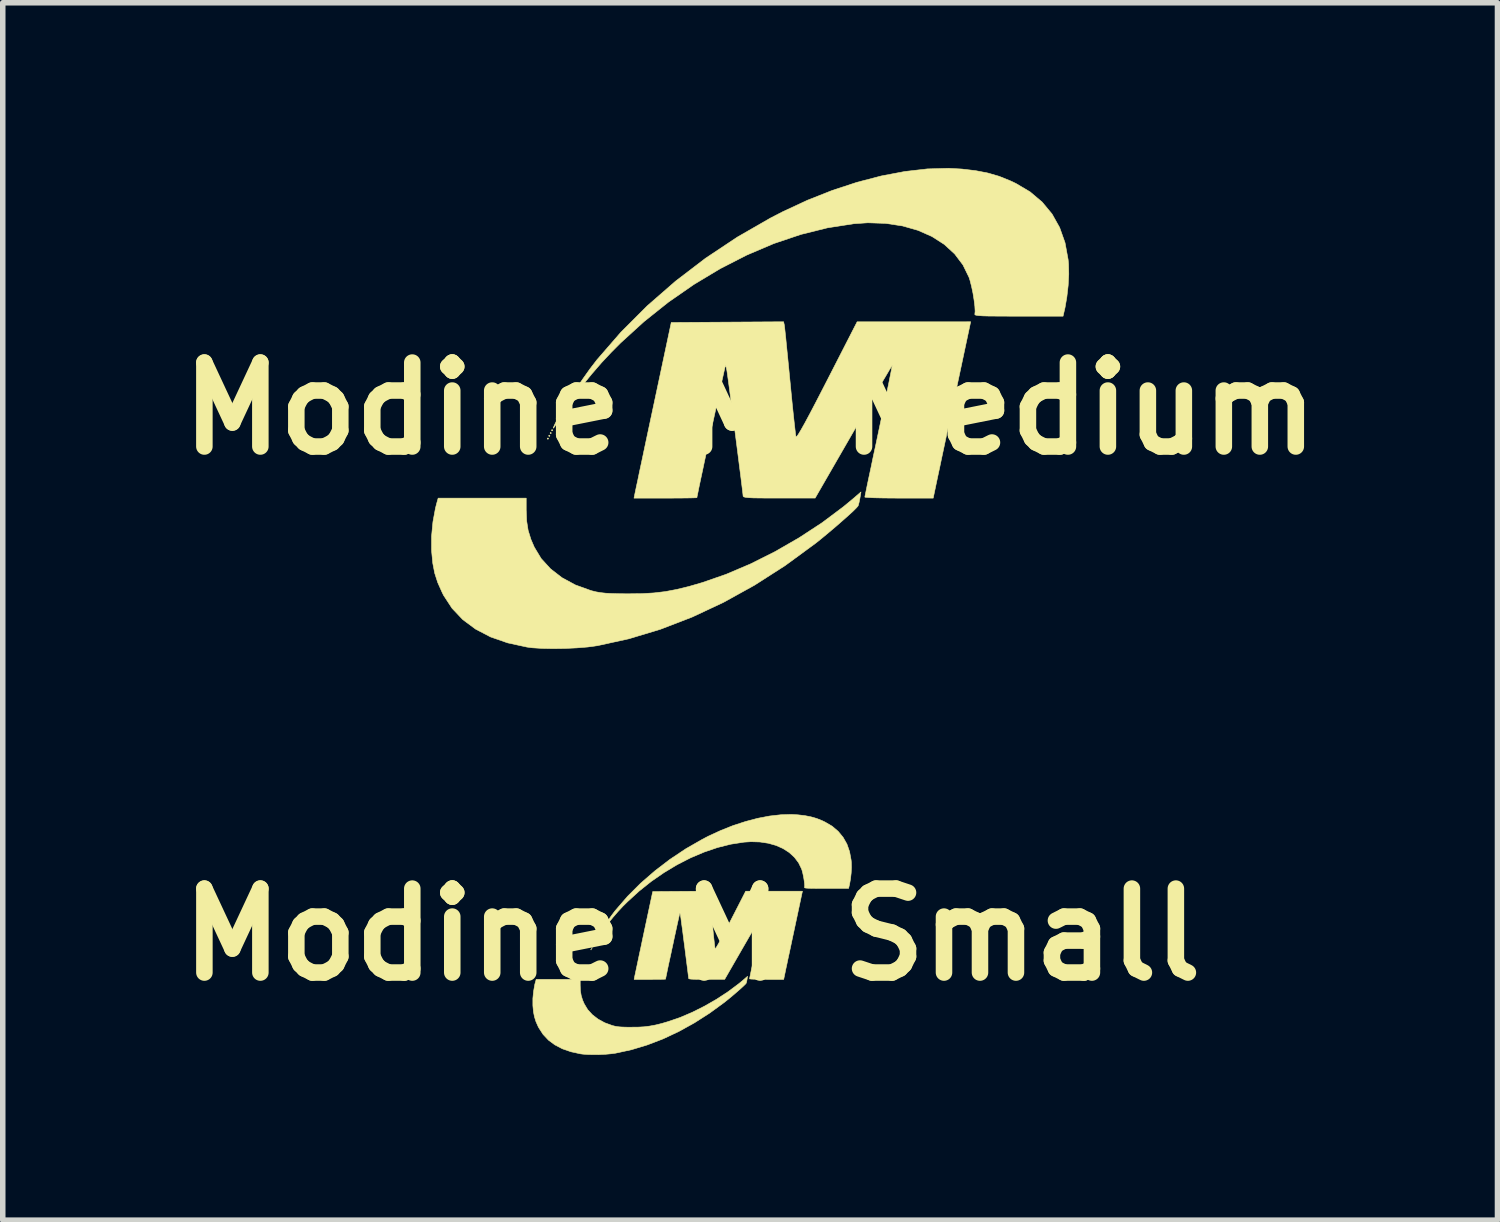
<source format=kicad_pcb>
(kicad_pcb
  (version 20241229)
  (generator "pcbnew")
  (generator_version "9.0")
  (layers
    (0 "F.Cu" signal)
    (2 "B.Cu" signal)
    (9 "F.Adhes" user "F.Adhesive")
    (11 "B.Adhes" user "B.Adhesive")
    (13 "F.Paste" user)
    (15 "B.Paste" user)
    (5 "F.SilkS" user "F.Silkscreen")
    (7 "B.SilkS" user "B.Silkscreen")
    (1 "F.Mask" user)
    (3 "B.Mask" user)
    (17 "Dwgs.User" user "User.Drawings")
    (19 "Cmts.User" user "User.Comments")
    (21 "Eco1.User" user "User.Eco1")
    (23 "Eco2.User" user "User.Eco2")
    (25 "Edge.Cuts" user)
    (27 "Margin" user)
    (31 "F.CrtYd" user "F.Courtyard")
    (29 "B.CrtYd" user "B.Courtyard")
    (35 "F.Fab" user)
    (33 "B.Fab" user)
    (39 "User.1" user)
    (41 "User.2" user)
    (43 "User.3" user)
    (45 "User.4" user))
  (footprint "Modine M Small"
    (layer "F.Cu")
    (at 9.514 13.915)
    (property "Reference" "Modine M Small" (at 0 0 0) (layer "F.SilkS") (effects (font (size 1.524 1.524) (thickness 0.3))))
    (attr through_hole)
    (fp_poly (pts (xy -1.829 0.273) (xy -1.835 0.279) (xy -1.841 0.273) (xy -1.835 0.267) (xy -1.829 0.273)) (stroke (width 0.01) (type solid)) (fill yes) (layer "F.SilkS"))
    (fp_poly (pts (xy -1.816 0.248) (xy -1.822 0.254) (xy -1.829 0.248) (xy -1.822 0.241) (xy -1.816 0.248)) (stroke (width 0.01) (type solid)) (fill yes) (layer "F.SilkS"))
    (fp_poly (pts (xy -1.803 0.222) (xy -1.81 0.229) (xy -1.816 0.222) (xy -1.81 0.216) (xy -1.803 0.222)) (stroke (width 0.01) (type solid)) (fill yes) (layer "F.SilkS"))
    (fp_poly (pts (xy -1.791 0.197) (xy -1.797 0.203) (xy -1.803 0.197) (xy -1.797 0.191) (xy -1.791 0.197)) (stroke (width 0.01) (type solid)) (fill yes) (layer "F.SilkS"))
    (fp_poly (pts (xy 0.997 0.813) (xy 0.99 0.851) (xy 0.982 0.879) (xy 0.98 0.885) (xy 0.965 0.902) (xy 0.934 0.932) (xy 0.891 0.972) (xy 0.838 1.019) (xy 0.779 1.07) (xy 0.717 1.123) (xy 0.656 1.173) (xy 0.6 1.218) (xy 0.588 1.228) (xy 0.317 1.426) (xy 0.04 1.603) (xy -0.242 1.759) (xy -0.527 1.893) (xy -0.814 2.003) (xy -1.101 2.09) (xy -1.387 2.152) (xy -1.391 2.153) (xy -1.475 2.164) (xy -1.574 2.173) (xy -1.68 2.178) (xy -1.788 2.179) (xy -1.889 2.177) (xy -1.977 2.171) (xy -2.026 2.165) (xy -2.2 2.127) (xy -2.356 2.073) (xy -2.492 2.002) (xy -2.608 1.916) (xy -2.705 1.813) (xy -2.782 1.694) (xy -2.795 1.67) (xy -2.835 1.58) (xy -2.862 1.494) (xy -2.88 1.404) (xy -2.89 1.299) (xy -2.891 1.283) (xy -2.891 1.159) (xy -2.878 1.029) (xy -2.856 0.904) (xy -2.844 0.86) (xy -2.831 0.813) (xy -2.032 0.813) (xy -2.032 0.92) (xy -2.028 1.02) (xy -2.014 1.106) (xy -1.989 1.188) (xy -1.959 1.257) (xy -1.896 1.362) (xy -1.811 1.455) (xy -1.707 1.535) (xy -1.586 1.601) (xy -1.449 1.651) (xy -1.437 1.654) (xy -1.397 1.664) (xy -1.356 1.671) (xy -1.311 1.676) (xy -1.254 1.679) (xy -1.182 1.681) (xy -1.105 1.681) (xy -0.982 1.68) (xy -0.872 1.674) (xy -0.77 1.661) (xy -0.667 1.642) (xy -0.556 1.615) (xy -0.434 1.579) (xy -0.218 1.505) (xy 0.004 1.41) (xy 0.227 1.298) (xy 0.445 1.173) (xy 0.654 1.036) (xy 0.848 0.891) (xy 0.932 0.821) (xy 1.006 0.757) (xy 0.997 0.813)) (stroke (width 0.01) (type solid)) (fill yes) (layer "F.SilkS"))
    (fp_poly (pts (xy 1.92 -2.174) (xy 2.048 -2.159) (xy 2.159 -2.137) (xy 2.26 -2.108) (xy 2.36 -2.068) (xy 2.412 -2.043) (xy 2.542 -1.967) (xy 2.651 -1.874) (xy 2.74 -1.766) (xy 2.81 -1.643) (xy 2.858 -1.505) (xy 2.886 -1.353) (xy 2.89 -1.31) (xy 2.892 -1.221) (xy 2.887 -1.118) (xy 2.875 -1.012) (xy 2.858 -0.914) (xy 2.855 -0.901) (xy 2.84 -0.838) (xy 2.437 -0.838) (xy 2.323 -0.838) (xy 2.233 -0.839) (xy 2.163 -0.84) (xy 2.112 -0.841) (xy 2.076 -0.843) (xy 2.054 -0.846) (xy 2.042 -0.85) (xy 2.039 -0.855) (xy 2.04 -0.856) (xy 2.043 -0.883) (xy 2.04 -0.928) (xy 2.033 -0.985) (xy 2.023 -1.047) (xy 2.01 -1.108) (xy 1.996 -1.163) (xy 1.987 -1.191) (xy 1.932 -1.304) (xy 1.856 -1.404) (xy 1.762 -1.49) (xy 1.65 -1.562) (xy 1.524 -1.618) (xy 1.383 -1.658) (xy 1.231 -1.681) (xy 1.069 -1.686) (xy 0.942 -1.678) (xy 0.703 -1.641) (xy 0.46 -1.58) (xy 0.216 -1.497) (xy -0.029 -1.393) (xy -0.271 -1.269) (xy -0.509 -1.126) (xy -0.741 -0.966) (xy -0.964 -0.788) (xy -1.175 -0.595) (xy -1.258 -0.513) (xy -1.348 -0.416) (xy -1.438 -0.312) (xy -1.525 -0.205) (xy -1.605 -0.1) (xy -1.674 -0.001) (xy -1.731 0.088) (xy -1.757 0.137) (xy -1.773 0.164) (xy -1.785 0.177) (xy -1.786 0.178) (xy -1.783 0.168) (xy -1.771 0.14) (xy -1.751 0.1) (xy -1.74 0.079) (xy -1.696 0.004) (xy -1.642 -0.084) (xy -1.58 -0.179) (xy -1.515 -0.273) (xy -1.452 -0.361) (xy -1.396 -0.435) (xy -1.389 -0.443) (xy -1.172 -0.694) (xy -0.934 -0.932) (xy -0.676 -1.156) (xy -0.403 -1.365) (xy -0.115 -1.557) (xy 0.185 -1.729) (xy 0.298 -1.788) (xy 0.522 -1.891) (xy 0.746 -1.98) (xy 0.971 -2.053) (xy 1.191 -2.111) (xy 1.405 -2.152) (xy 1.609 -2.175) (xy 1.802 -2.181) (xy 1.92 -2.174)) (stroke (width 0.01) (type solid)) (fill yes) (layer "F.SilkS"))
    (fp_poly (pts (xy 0.31 -0.759) (xy 0.313 -0.74) (xy 0.317 -0.699) (xy 0.324 -0.639) (xy 0.332 -0.562) (xy 0.341 -0.471) (xy 0.351 -0.371) (xy 0.361 -0.262) (xy 0.362 -0.248) (xy 0.373 -0.139) (xy 0.383 -0.038) (xy 0.392 0.053) (xy 0.401 0.131) (xy 0.408 0.193) (xy 0.413 0.235) (xy 0.417 0.256) (xy 0.417 0.257) (xy 0.423 0.254) (xy 0.438 0.233) (xy 0.462 0.193) (xy 0.496 0.133) (xy 0.539 0.053) (xy 0.592 -0.048) (xy 0.656 -0.171) (xy 0.699 -0.254) (xy 0.972 -0.787) (xy 1.487 -0.787) (xy 2.002 -0.787) (xy 1.846 -0.054) (xy 1.817 0.081) (xy 1.79 0.21) (xy 1.764 0.331) (xy 1.74 0.441) (xy 1.72 0.538) (xy 1.702 0.62) (xy 1.689 0.684) (xy 1.68 0.727) (xy 1.676 0.746) (xy 1.662 0.813) (xy 1.352 0.813) (xy 1.266 0.812) (xy 1.189 0.811) (xy 1.125 0.81) (xy 1.077 0.808) (xy 1.048 0.805) (xy 1.042 0.803) (xy 1.044 0.789) (xy 1.052 0.753) (xy 1.063 0.697) (xy 1.079 0.623) (xy 1.097 0.534) (xy 1.119 0.433) (xy 1.142 0.322) (xy 1.168 0.203) (xy 1.193 0.085) (xy 1.216 -0.026) (xy 1.237 -0.127) (xy 1.255 -0.215) (xy 1.27 -0.287) (xy 1.281 -0.343) (xy 1.288 -0.378) (xy 1.29 -0.391) (xy 1.29 -0.391) (xy 1.283 -0.381) (xy 1.265 -0.351) (xy 1.236 -0.303) (xy 1.198 -0.238) (xy 1.152 -0.16) (xy 1.1 -0.07) (xy 1.041 0.031) (xy 0.978 0.14) (xy 0.938 0.209) (xy 0.591 0.812) (xy 0.264 0.813) (xy 0.163 0.813) (xy 0.085 0.812) (xy 0.027 0.811) (xy -0.014 0.809) (xy -0.041 0.806) (xy -0.056 0.802) (xy -0.063 0.797) (xy -0.064 0.793) (xy -0.065 0.778) (xy -0.07 0.74) (xy -0.077 0.683) (xy -0.086 0.61) (xy -0.097 0.525) (xy -0.109 0.43) (xy -0.122 0.329) (xy -0.135 0.224) (xy -0.149 0.12) (xy -0.162 0.018) (xy -0.174 -0.077) (xy -0.186 -0.163) (xy -0.196 -0.237) (xy -0.203 -0.295) (xy -0.209 -0.335) (xy -0.211 -0.347) (xy -0.217 -0.376) (xy -0.223 -0.39) (xy -0.224 -0.39) (xy -0.227 -0.377) (xy -0.235 -0.343) (xy -0.247 -0.289) (xy -0.263 -0.219) (xy -0.281 -0.137) (xy -0.301 -0.044) (xy -0.323 0.056) (xy -0.345 0.161) (xy -0.368 0.266) (xy -0.39 0.371) (xy -0.412 0.47) (xy -0.432 0.562) (xy -0.449 0.644) (xy -0.463 0.713) (xy -0.474 0.765) (xy -0.481 0.798) (xy -0.483 0.809) (xy -0.495 0.81) (xy -0.529 0.811) (xy -0.581 0.812) (xy -0.648 0.812) (xy -0.725 0.813) (xy -0.768 0.813) (xy -1.053 0.813) (xy -1.046 0.775) (xy -1.042 0.756) (xy -1.033 0.715) (xy -1.02 0.653) (xy -1.003 0.573) (xy -0.983 0.478) (xy -0.96 0.368) (xy -0.934 0.248) (xy -0.907 0.119) (xy -0.878 -0.017) (xy -0.877 -0.022) (xy -0.715 -0.781) (xy 0.304 -0.788) (xy 0.31 -0.759)) (stroke (width 0.01) (type solid)) (fill yes) (layer "F.SilkS")))
  (footprint "Modine M Medium"
    (layer "F.Cu")
    (at 10.566 4.366)
    (property "Reference" "Modine M Medium" (at 0 0 0) (layer "F.SilkS") (effects (font (size 1.524 1.524) (thickness 0.3))))
    (attr through_hole)
    (fp_poly (pts (xy -3.658 0.546) (xy -3.67 0.559) (xy -3.683 0.546) (xy -3.67 0.533) (xy -3.658 0.546)) (stroke (width 0.01) (type solid)) (fill yes) (layer "F.SilkS"))
    (fp_poly (pts (xy -3.632 0.495) (xy -3.645 0.508) (xy -3.658 0.495) (xy -3.645 0.483) (xy -3.632 0.495)) (stroke (width 0.01) (type solid)) (fill yes) (layer "F.SilkS"))
    (fp_poly (pts (xy -3.607 0.445) (xy -3.619 0.457) (xy -3.632 0.445) (xy -3.619 0.432) (xy -3.607 0.445)) (stroke (width 0.01) (type solid)) (fill yes) (layer "F.SilkS"))
    (fp_poly (pts (xy -3.581 0.394) (xy -3.594 0.406) (xy -3.607 0.394) (xy -3.594 0.381) (xy -3.581 0.394)) (stroke (width 0.01) (type solid)) (fill yes) (layer "F.SilkS"))
    (fp_poly (pts (xy 1.994 1.627) (xy 1.979 1.702) (xy 1.964 1.758) (xy 1.959 1.769) (xy 1.93 1.803) (xy 1.869 1.864) (xy 1.781 1.944) (xy 1.675 2.038) (xy 1.557 2.141) (xy 1.434 2.245) (xy 1.313 2.346) (xy 1.2 2.437) (xy 1.176 2.455) (xy 0.634 2.852) (xy 0.08 3.207) (xy -0.484 3.519) (xy -1.054 3.786) (xy -1.628 4.007) (xy -2.202 4.18) (xy -2.773 4.305) (xy -2.781 4.306) (xy -2.95 4.329) (xy -3.148 4.345) (xy -3.361 4.355) (xy -3.576 4.358) (xy -3.778 4.354) (xy -3.954 4.343) (xy -4.051 4.33) (xy -4.4 4.254) (xy -4.711 4.146) (xy -4.983 4.004) (xy -5.216 3.831) (xy -5.41 3.626) (xy -5.565 3.389) (xy -5.589 3.34) (xy -5.67 3.159) (xy -5.725 2.988) (xy -5.76 2.808) (xy -5.78 2.599) (xy -5.782 2.565) (xy -5.782 2.319) (xy -5.757 2.057) (xy -5.711 1.807) (xy -5.689 1.721) (xy -5.662 1.626) (xy -4.064 1.626) (xy -4.064 1.84) (xy -4.056 2.04) (xy -4.029 2.212) (xy -3.978 2.376) (xy -3.918 2.515) (xy -3.792 2.724) (xy -3.622 2.91) (xy -3.414 3.071) (xy -3.172 3.202) (xy -2.898 3.301) (xy -2.875 3.308) (xy -2.794 3.328) (xy -2.713 3.342) (xy -2.621 3.352) (xy -2.509 3.358) (xy -2.364 3.362) (xy -2.21 3.363) (xy -1.963 3.36) (xy -1.745 3.347) (xy -1.54 3.323) (xy -1.334 3.284) (xy -1.111 3.23) (xy -0.867 3.159) (xy -0.435 3.009) (xy 0.009 2.82) (xy 0.454 2.597) (xy 0.891 2.345) (xy 1.308 2.072) (xy 1.695 1.782) (xy 1.864 1.642) (xy 2.013 1.514) (xy 1.994 1.627)) (stroke (width 0.01) (type solid)) (fill yes) (layer "F.SilkS"))
    (fp_poly (pts (xy 3.839 -4.348) (xy 4.095 -4.318) (xy 4.317 -4.275) (xy 4.52 -4.216) (xy 4.721 -4.135) (xy 4.825 -4.086) (xy 5.083 -3.933) (xy 5.302 -3.748) (xy 5.481 -3.532) (xy 5.619 -3.286) (xy 5.717 -3.01) (xy 5.773 -2.705) (xy 5.781 -2.62) (xy 5.785 -2.441) (xy 5.774 -2.235) (xy 5.75 -2.024) (xy 5.716 -1.827) (xy 5.71 -1.803) (xy 5.681 -1.676) (xy 4.873 -1.676) (xy 4.647 -1.677) (xy 4.466 -1.678) (xy 4.326 -1.679) (xy 4.223 -1.682) (xy 4.152 -1.687) (xy 4.107 -1.693) (xy 4.084 -1.7) (xy 4.079 -1.71) (xy 4.08 -1.713) (xy 4.085 -1.766) (xy 4.08 -1.856) (xy 4.066 -1.969) (xy 4.046 -2.094) (xy 4.02 -2.217) (xy 3.992 -2.326) (xy 3.974 -2.382) (xy 3.864 -2.607) (xy 3.713 -2.807) (xy 3.524 -2.98) (xy 3.301 -3.123) (xy 3.047 -3.235) (xy 2.766 -3.315) (xy 2.462 -3.361) (xy 2.137 -3.372) (xy 1.884 -3.355) (xy 1.407 -3.281) (xy 0.921 -3.16) (xy 0.431 -2.995) (xy -0.058 -2.787) (xy -0.543 -2.539) (xy -1.019 -2.253) (xy -1.482 -1.932) (xy -1.927 -1.577) (xy -2.351 -1.191) (xy -2.516 -1.025) (xy -2.697 -0.832) (xy -2.877 -0.624) (xy -3.05 -0.411) (xy -3.209 -0.201) (xy -3.349 -0.002) (xy -3.461 0.176) (xy -3.515 0.273) (xy -3.546 0.327) (xy -3.569 0.355) (xy -3.572 0.356) (xy -3.567 0.335) (xy -3.542 0.28) (xy -3.502 0.201) (xy -3.479 0.159) (xy -3.393 0.009) (xy -3.283 -0.168) (xy -3.16 -0.357) (xy -3.03 -0.546) (xy -2.905 -0.722) (xy -2.791 -0.87) (xy -2.778 -0.887) (xy -2.344 -1.387) (xy -1.867 -1.864) (xy -1.353 -2.312) (xy -0.806 -2.73) (xy -0.23 -3.113) (xy 0.37 -3.458) (xy 0.597 -3.575) (xy 1.043 -3.782) (xy 1.493 -3.96) (xy 1.941 -4.107) (xy 2.382 -4.222) (xy 2.809 -4.303) (xy 3.218 -4.35) (xy 3.603 -4.361) (xy 3.839 -4.348)) (stroke (width 0.01) (type solid)) (fill yes) (layer "F.SilkS"))
    (fp_poly (pts (xy 0.621 -1.518) (xy 0.626 -1.48) (xy 0.635 -1.398) (xy 0.648 -1.277) (xy 0.663 -1.123) (xy 0.681 -0.943) (xy 0.701 -0.741) (xy 0.722 -0.524) (xy 0.725 -0.495) (xy 0.746 -0.278) (xy 0.766 -0.075) (xy 0.785 0.107) (xy 0.802 0.263) (xy 0.816 0.386) (xy 0.826 0.471) (xy 0.833 0.512) (xy 0.834 0.514) (xy 0.847 0.508) (xy 0.877 0.466) (xy 0.925 0.386) (xy 0.992 0.267) (xy 1.078 0.107) (xy 1.184 -0.095) (xy 1.311 -0.341) (xy 1.397 -0.508) (xy 1.943 -1.574) (xy 2.973 -1.574) (xy 4.004 -1.575) (xy 3.692 -0.108) (xy 3.634 0.162) (xy 3.579 0.42) (xy 3.528 0.662) (xy 3.481 0.882) (xy 3.44 1.077) (xy 3.405 1.24) (xy 3.378 1.368) (xy 3.36 1.454) (xy 3.352 1.492) (xy 3.324 1.626) (xy 2.703 1.626) (xy 2.532 1.625) (xy 2.379 1.623) (xy 2.25 1.62) (xy 2.154 1.615) (xy 2.097 1.611) (xy 2.083 1.607) (xy 2.088 1.579) (xy 2.103 1.506) (xy 2.126 1.393) (xy 2.157 1.246) (xy 2.195 1.069) (xy 2.237 0.866) (xy 2.285 0.644) (xy 2.335 0.406) (xy 2.385 0.169) (xy 2.432 -0.052) (xy 2.474 -0.253) (xy 2.511 -0.429) (xy 2.54 -0.575) (xy 2.562 -0.685) (xy 2.576 -0.756) (xy 2.58 -0.782) (xy 2.58 -0.782) (xy 2.566 -0.762) (xy 2.529 -0.702) (xy 2.472 -0.605) (xy 2.396 -0.477) (xy 2.305 -0.32) (xy 2.199 -0.139) (xy 2.083 0.062) (xy 1.957 0.28) (xy 1.877 0.418) (xy 1.181 1.625) (xy 0.527 1.625) (xy 0.326 1.625) (xy 0.17 1.624) (xy 0.053 1.622) (xy -0.029 1.618) (xy -0.082 1.612) (xy -0.113 1.604) (xy -0.125 1.594) (xy -0.127 1.587) (xy -0.13 1.555) (xy -0.139 1.479) (xy -0.153 1.366) (xy -0.171 1.22) (xy -0.193 1.05) (xy -0.217 0.86) (xy -0.243 0.658) (xy -0.27 0.449) (xy -0.297 0.24) (xy -0.324 0.037) (xy -0.349 -0.154) (xy -0.371 -0.326) (xy -0.391 -0.474) (xy -0.407 -0.59) (xy -0.418 -0.669) (xy -0.422 -0.694) (xy -0.434 -0.753) (xy -0.445 -0.78) (xy -0.448 -0.78) (xy -0.454 -0.755) (xy -0.47 -0.685) (xy -0.494 -0.578) (xy -0.525 -0.439) (xy -0.561 -0.273) (xy -0.602 -0.088) (xy -0.645 0.112) (xy -0.691 0.321) (xy -0.736 0.533) (xy -0.781 0.741) (xy -0.824 0.94) (xy -0.863 1.125) (xy -0.898 1.288) (xy -0.927 1.425) (xy -0.948 1.53) (xy -0.962 1.596) (xy -0.965 1.617) (xy -0.989 1.62) (xy -1.057 1.622) (xy -1.162 1.624) (xy -1.295 1.625) (xy -1.451 1.626) (xy -1.536 1.626) (xy -2.107 1.626) (xy -2.092 1.55) (xy -2.084 1.513) (xy -2.067 1.43) (xy -2.04 1.306) (xy -2.007 1.146) (xy -1.966 0.955) (xy -1.92 0.737) (xy -1.869 0.496) (xy -1.814 0.238) (xy -1.756 -0.034) (xy -1.754 -0.043) (xy -1.431 -1.562) (xy 0.608 -1.575) (xy 0.621 -1.518)) (stroke (width 0.01) (type solid)) (fill yes) (layer "F.SilkS")))
  (gr_rect
    (start -3 -3)
    (end 24.133 19.099)
    (stroke (width 0.1) (type default))
    (fill no)
    (layer "Edge.Cuts")))
</source>
